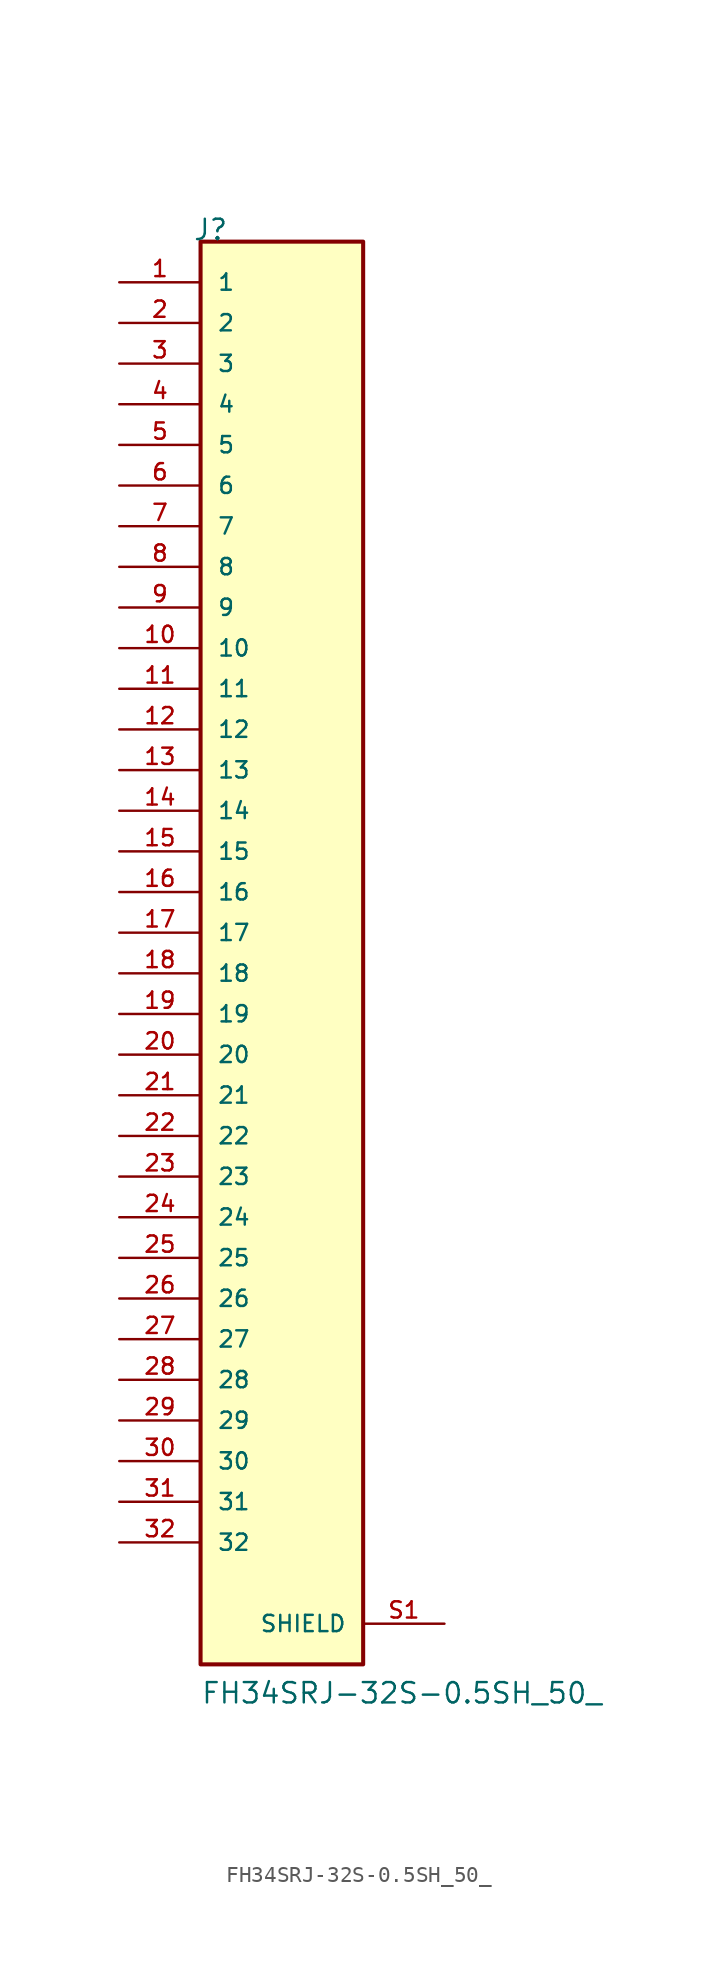
<source format=kicad_sym>
(kicad_symbol_lib
  (version 20211014)
  (generator kicad_symbol_editor)
  (symbol "FH34SRJ-32S-0.5SH_50_"
    (pin_names
      (offset 1.016))
    (property "Reference" "J"
      (at -5.58 43.18 0)
      (effects (font (size 1.27 1.27)) (justify bottom left)))
    (property "Value" "FH34SRJ-32S-0.5SH_50_"
      (at -5.08 -48.26 0)
      (effects (font (size 1.27 1.27)) (justify bottom left)))
    (symbol "FH34SRJ-32S-0.5SH_50__0_0"
      (rectangle (start -5.08 -45.72) (end 5.08 43.18) (stroke (width 0.254)) (fill (type background)))
      (pin passive line (at -10.16 40.64 0) (length 5.08) (name "1" (effects (font (size 1.016 1.016)))) (number "1" (effects (font (size 1.016 1.016)))))
      (pin passive line (at -10.16 38.1 0) (length 5.08) (name "2" (effects (font (size 1.016 1.016)))) (number "2" (effects (font (size 1.016 1.016)))))
      (pin passive line (at -10.16 35.56 0) (length 5.08) (name "3" (effects (font (size 1.016 1.016)))) (number "3" (effects (font (size 1.016 1.016)))))
      (pin passive line (at -10.16 33.02 0) (length 5.08) (name "4" (effects (font (size 1.016 1.016)))) (number "4" (effects (font (size 1.016 1.016)))))
      (pin passive line (at -10.16 30.48 0) (length 5.08) (name "5" (effects (font (size 1.016 1.016)))) (number "5" (effects (font (size 1.016 1.016)))))
      (pin passive line (at -10.16 27.94 0) (length 5.08) (name "6" (effects (font (size 1.016 1.016)))) (number "6" (effects (font (size 1.016 1.016)))))
      (pin passive line (at -10.16 25.4 0) (length 5.08) (name "7" (effects (font (size 1.016 1.016)))) (number "7" (effects (font (size 1.016 1.016)))))
      (pin passive line (at -10.16 22.86 0) (length 5.08) (name "8" (effects (font (size 1.016 1.016)))) (number "8" (effects (font (size 1.016 1.016)))))
      (pin passive line (at -10.16 20.32 0) (length 5.08) (name "9" (effects (font (size 1.016 1.016)))) (number "9" (effects (font (size 1.016 1.016)))))
      (pin passive line (at -10.16 17.78 0) (length 5.08) (name "10" (effects (font (size 1.016 1.016)))) (number "10" (effects (font (size 1.016 1.016)))))
      (pin passive line (at -10.16 15.24 0) (length 5.08) (name "11" (effects (font (size 1.016 1.016)))) (number "11" (effects (font (size 1.016 1.016)))))
      (pin passive line (at -10.16 12.7 0) (length 5.08) (name "12" (effects (font (size 1.016 1.016)))) (number "12" (effects (font (size 1.016 1.016)))))
      (pin passive line (at -10.16 10.16 0) (length 5.08) (name "13" (effects (font (size 1.016 1.016)))) (number "13" (effects (font (size 1.016 1.016)))))
      (pin passive line (at -10.16 7.62 0) (length 5.08) (name "14" (effects (font (size 1.016 1.016)))) (number "14" (effects (font (size 1.016 1.016)))))
      (pin passive line (at -10.16 5.08 0) (length 5.08) (name "15" (effects (font (size 1.016 1.016)))) (number "15" (effects (font (size 1.016 1.016)))))
      (pin passive line (at -10.16 2.54 0) (length 5.08) (name "16" (effects (font (size 1.016 1.016)))) (number "16" (effects (font (size 1.016 1.016)))))
      (pin passive line (at -10.16 0.0 0) (length 5.08) (name "17" (effects (font (size 1.016 1.016)))) (number "17" (effects (font (size 1.016 1.016)))))
      (pin passive line (at -10.16 -2.54 0) (length 5.08) (name "18" (effects (font (size 1.016 1.016)))) (number "18" (effects (font (size 1.016 1.016)))))
      (pin passive line (at -10.16 -5.08 0) (length 5.08) (name "19" (effects (font (size 1.016 1.016)))) (number "19" (effects (font (size 1.016 1.016)))))
      (pin passive line (at -10.16 -7.62 0) (length 5.08) (name "20" (effects (font (size 1.016 1.016)))) (number "20" (effects (font (size 1.016 1.016)))))
      (pin passive line (at -10.16 -10.16 0) (length 5.08) (name "21" (effects (font (size 1.016 1.016)))) (number "21" (effects (font (size 1.016 1.016)))))
      (pin passive line (at -10.16 -12.7 0) (length 5.08) (name "22" (effects (font (size 1.016 1.016)))) (number "22" (effects (font (size 1.016 1.016)))))
      (pin passive line (at -10.16 -15.24 0) (length 5.08) (name "23" (effects (font (size 1.016 1.016)))) (number "23" (effects (font (size 1.016 1.016)))))
      (pin passive line (at -10.16 -17.78 0) (length 5.08) (name "24" (effects (font (size 1.016 1.016)))) (number "24" (effects (font (size 1.016 1.016)))))
      (pin passive line (at -10.16 -20.32 0) (length 5.08) (name "25" (effects (font (size 1.016 1.016)))) (number "25" (effects (font (size 1.016 1.016)))))
      (pin passive line (at -10.16 -22.86 0) (length 5.08) (name "26" (effects (font (size 1.016 1.016)))) (number "26" (effects (font (size 1.016 1.016)))))
      (pin passive line (at -10.16 -25.4 0) (length 5.08) (name "27" (effects (font (size 1.016 1.016)))) (number "27" (effects (font (size 1.016 1.016)))))
      (pin passive line (at -10.16 -27.94 0) (length 5.08) (name "28" (effects (font (size 1.016 1.016)))) (number "28" (effects (font (size 1.016 1.016)))))
      (pin passive line (at -10.16 -30.48 0) (length 5.08) (name "29" (effects (font (size 1.016 1.016)))) (number "29" (effects (font (size 1.016 1.016)))))
      (pin passive line (at -10.16 -33.02 0) (length 5.08) (name "30" (effects (font (size 1.016 1.016)))) (number "30" (effects (font (size 1.016 1.016)))))
      (pin passive line (at -10.16 -35.56 0) (length 5.08) (name "31" (effects (font (size 1.016 1.016)))) (number "31" (effects (font (size 1.016 1.016)))))
      (pin passive line (at -10.16 -38.1 0) (length 5.08) (name "32" (effects (font (size 1.016 1.016)))) (number "32" (effects (font (size 1.016 1.016)))))
      (pin passive line (at 10.16 -43.18 180.0) (length 5.08) (name "SHIELD" (effects (font (size 1.016 1.016)))) (number "S1" (effects (font (size 1.016 1.016)))))
      (pin passive line (at 10.16 -43.18 180.0) (length 5.08) hide (name "SHIELD" (effects (font (size 1.016 1.016)))) (number "S2" (effects (font (size 1.016 1.016))))))))
</source>
